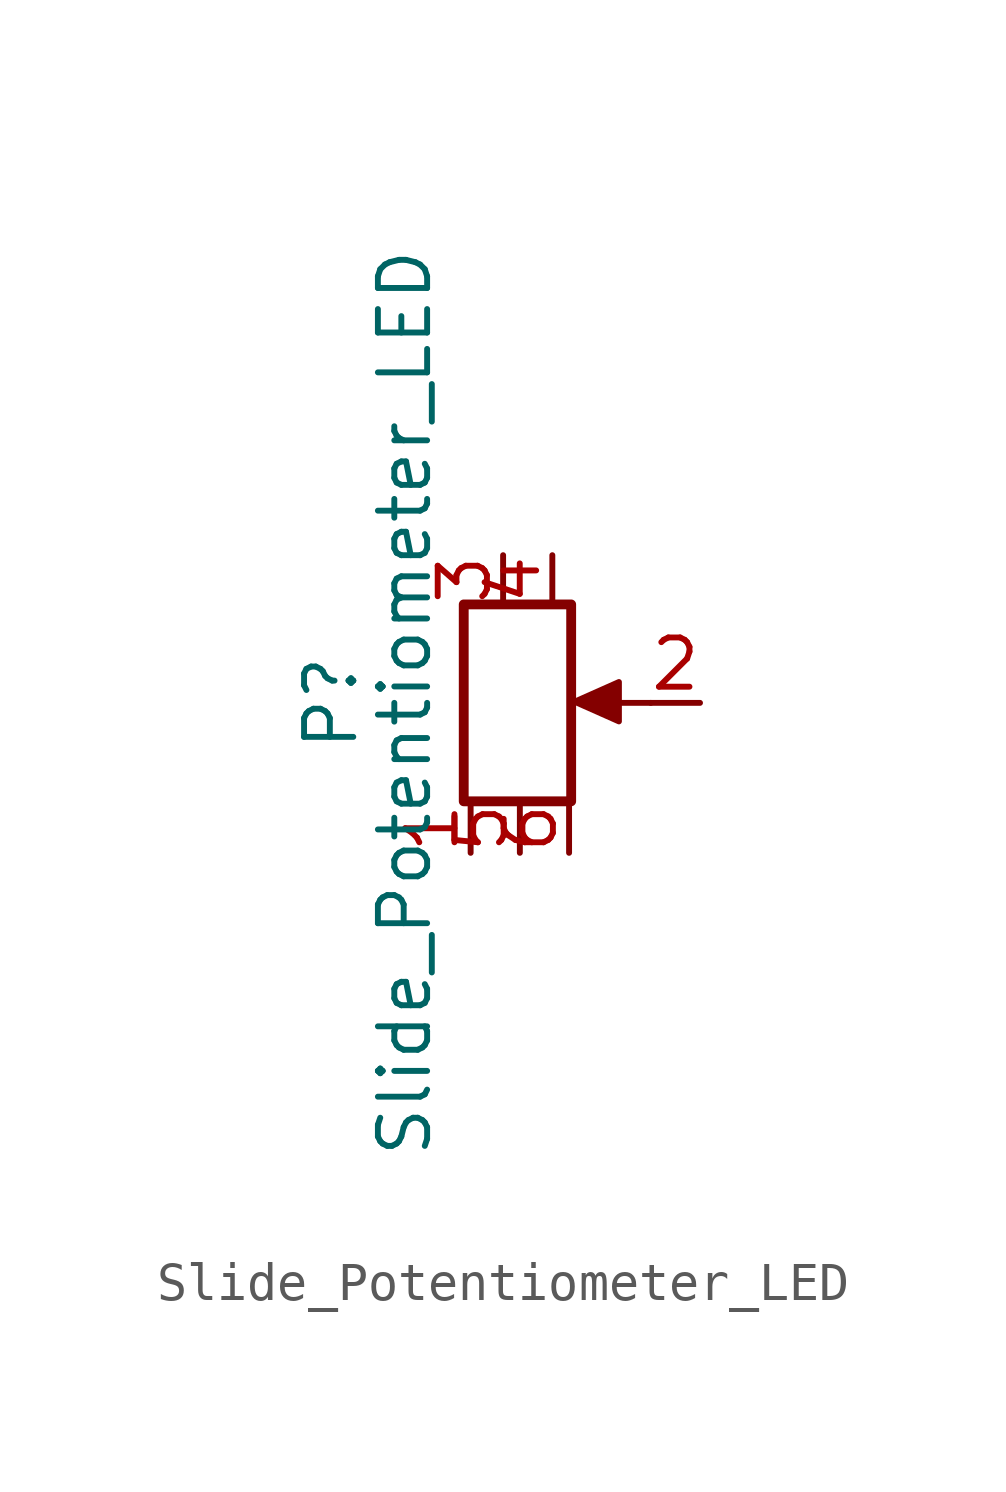
<source format=kicad_sym>
(kicad_symbol_lib
  (version 20220914)
  (generator kicad_symbol_editor)
  (symbol "Slide_Potentiometer_LED"
    (pin_names
      (offset 1.016) hide)
    (property "Reference" "P"
      (at -4.445 0 90)
      (effects (font (size 1.27 1.27))))
    (property "Value" "Slide_Potentiometer_LED"
      (at -2.54 0 90)
      (effects (font (size 1.27 1.27))))
    (symbol "Slide_Potentiometer_LED_0_1"
      (rectangle (start -1.016 2.54) (end 1.756 -2.54) (stroke (width 0.254) (type default)) (fill (type none)))
      (polyline (pts (xy 3.81 0) (xy 2.794 0)) (stroke (width 0) (type default)) (fill (type none)))
      (polyline (pts (xy 1.845 0.03) (xy 2.988 0.538) (xy 2.988 -0.478) (xy 1.845 0.03)) (stroke (width 0) (type default)) (fill (type outline))))
    (symbol "Slide_Potentiometer_LED_1_1"
      (pin passive line (at -0.838 -3.869 90) (length 1.27) (name "1" (effects (font (size 1.27 1.27)))) (number "1" (effects (font (size 1.27 1.27)))))
      (pin passive line (at 5.08 0 180) (length 1.27) (name "2" (effects (font (size 1.27 1.27)))) (number "2" (effects (font (size 1.27 1.27)))))
      (pin passive line (at 0 3.81 270) (length 1.27) (name "3" (effects (font (size 1.27 1.27)))) (number "3" (effects (font (size 1.27 1.27)))))
      (pin passive line (at 1.27 3.81 270) (length 1.27) (name "B" (effects (font (size 1.27 1.27)))) (number "4" (effects (font (size 1.27 1.27)))))
      (pin passive line (at 0.432 -3.869 90) (length 1.27) (name "L" (effects (font (size 1.27 1.27)))) (number "5" (effects (font (size 1.27 1.27)))))
      (pin passive line (at 1.702 -3.869 90) (length 1.27) (name "E" (effects (font (size 1.27 1.27)))) (number "6" (effects (font (size 1.27 1.27))))))))
</source>
